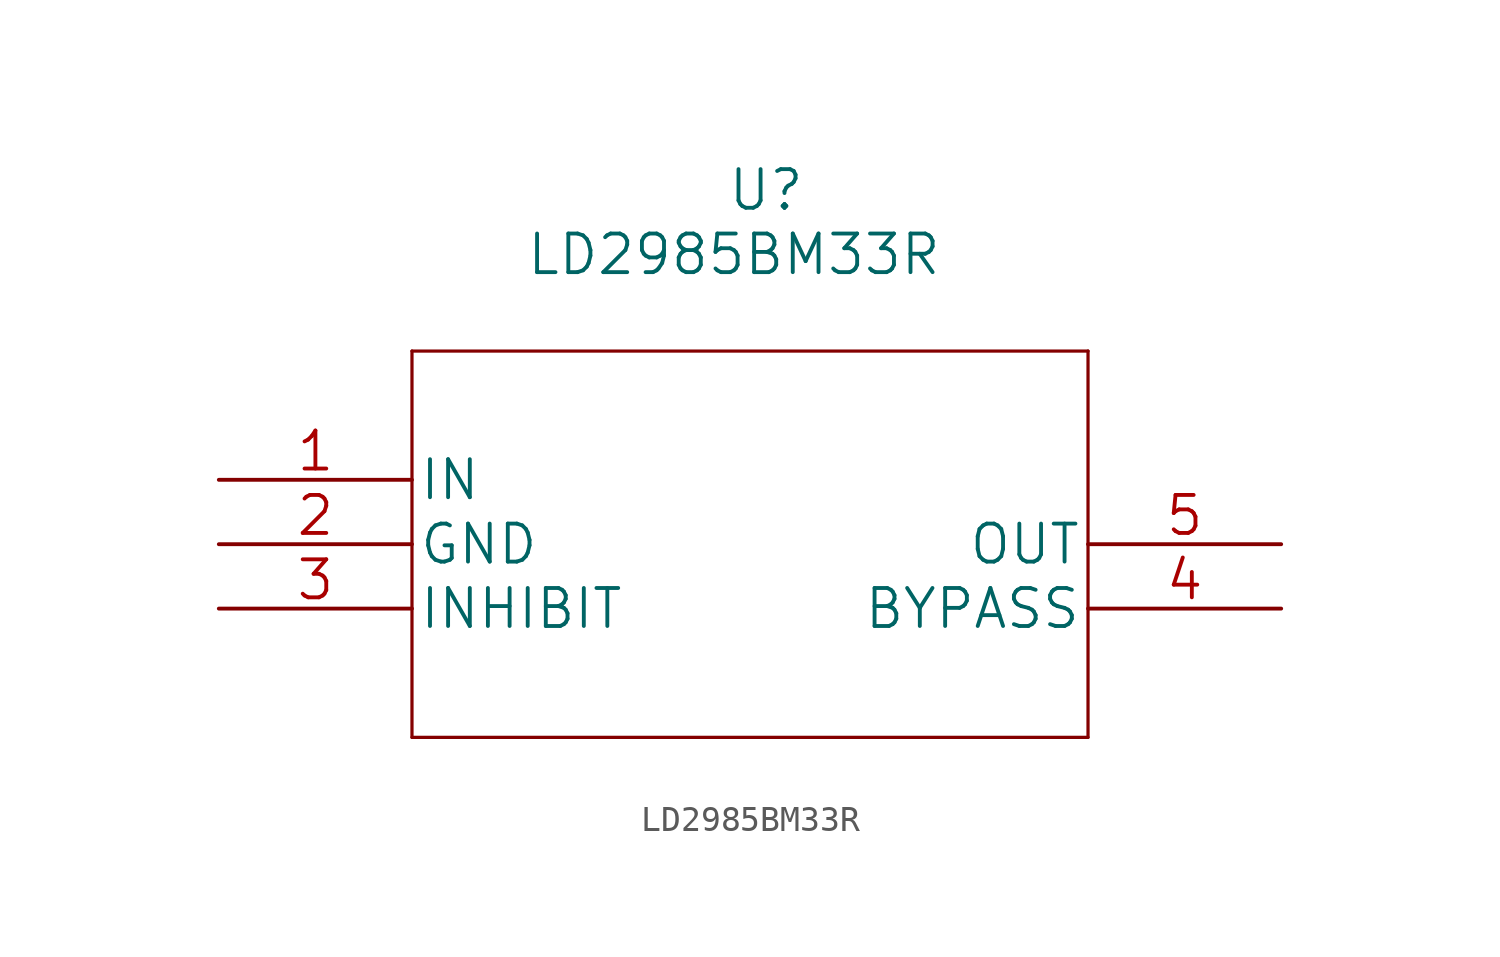
<source format=kicad_sym>
(kicad_symbol_lib
  (version 20220331)
  (generator kicad_symbol_editor)
  (symbol "LD2985BM33R"
    (pin_names
      (offset 0.254))
    (property "Reference" "U"
      (at 21.59 11.43 0)
      (effects (font (size 1.524 1.524))))
    (property "Value" "LD2985BM33R"
      (at 20.32 8.89 0)
      (effects (font (size 1.524 1.524))))
    (property "Datasheet" ""
      (at 0 0 0)
      (effects (font (size 1.524 1.524))))
    (symbol "LD2985BM33R_1_1"
      (polyline (pts (xy 7.62 -10.16) (xy 34.29 -10.16)) (stroke (width 0.127) (type solid)) (fill (type none)))
      (polyline (pts (xy 7.62 5.08) (xy 7.62 -10.16)) (stroke (width 0.127) (type solid)) (fill (type none)))
      (polyline (pts (xy 34.29 -10.16) (xy 34.29 5.08)) (stroke (width 0.127) (type solid)) (fill (type none)))
      (polyline (pts (xy 34.29 5.08) (xy 7.62 5.08)) (stroke (width 0.127) (type solid)) (fill (type none)))
      (pin input line (at 0 0 0) (length 7.62) (name "IN" (effects (font (size 1.499 1.499)))) (number "1" (effects (font (size 1.499 1.499)))))
      (pin power_in line (at 0 -2.54 0) (length 7.62) (name "GND" (effects (font (size 1.499 1.499)))) (number "2" (effects (font (size 1.499 1.499)))))
      (pin bidirectional line (at 0 -5.08 0) (length 7.62) (name "INHIBIT" (effects (font (size 1.499 1.499)))) (number "3" (effects (font (size 1.499 1.499)))))
      (pin unspecified line (at 41.91 -5.08 180) (length 7.62) (name "BYPASS" (effects (font (size 1.499 1.499)))) (number "4" (effects (font (size 1.499 1.499)))))
      (pin output line (at 41.91 -2.54 180) (length 7.62) (name "OUT" (effects (font (size 1.499 1.499)))) (number "5" (effects (font (size 1.499 1.499))))))))
</source>
